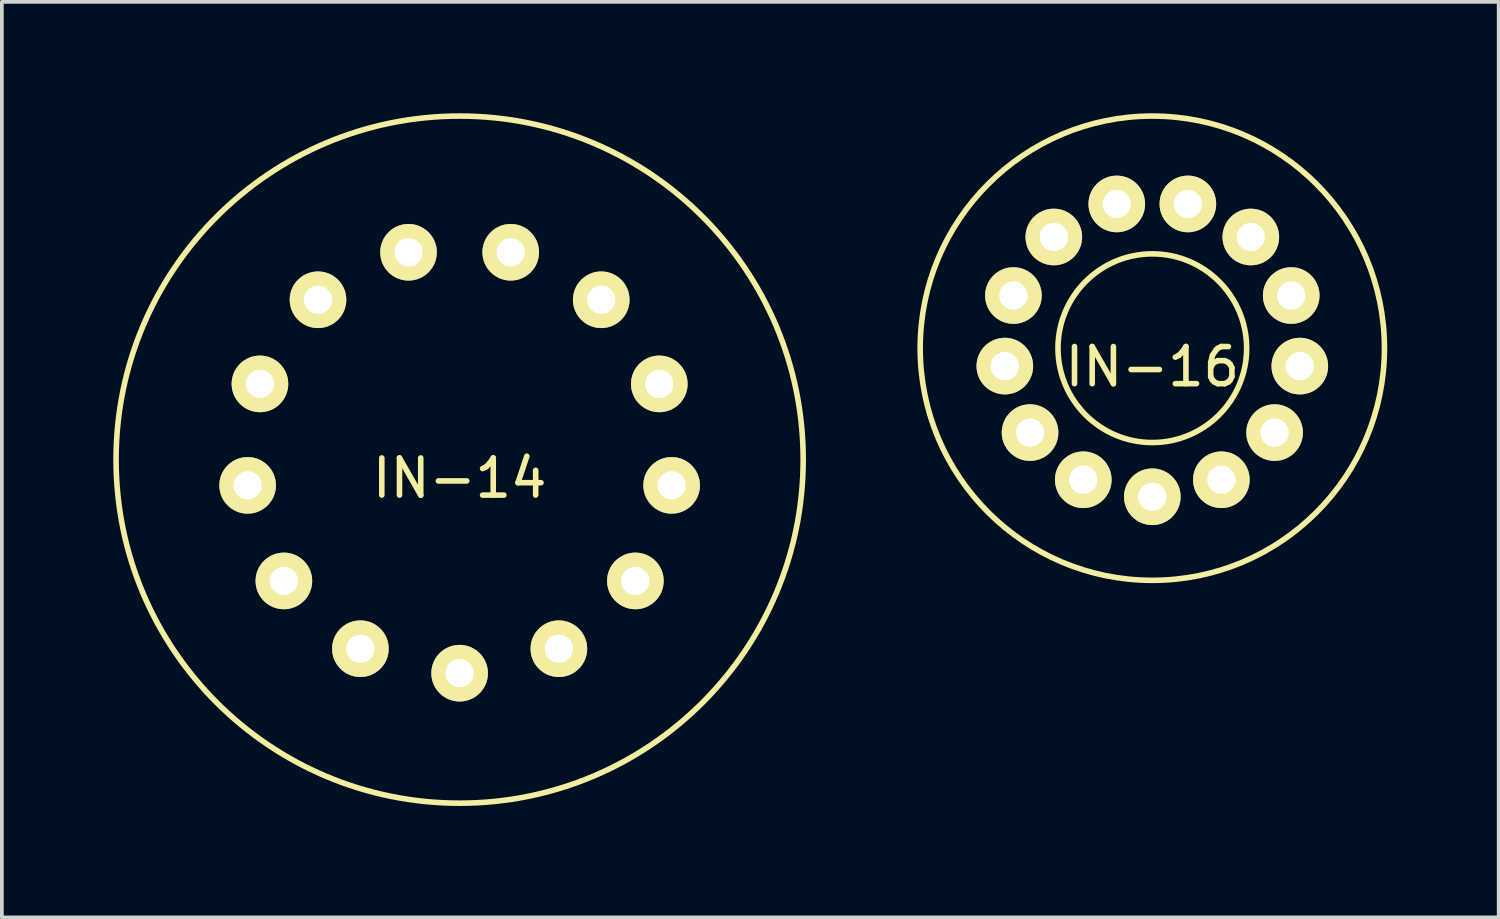
<source format=kicad_pcb>
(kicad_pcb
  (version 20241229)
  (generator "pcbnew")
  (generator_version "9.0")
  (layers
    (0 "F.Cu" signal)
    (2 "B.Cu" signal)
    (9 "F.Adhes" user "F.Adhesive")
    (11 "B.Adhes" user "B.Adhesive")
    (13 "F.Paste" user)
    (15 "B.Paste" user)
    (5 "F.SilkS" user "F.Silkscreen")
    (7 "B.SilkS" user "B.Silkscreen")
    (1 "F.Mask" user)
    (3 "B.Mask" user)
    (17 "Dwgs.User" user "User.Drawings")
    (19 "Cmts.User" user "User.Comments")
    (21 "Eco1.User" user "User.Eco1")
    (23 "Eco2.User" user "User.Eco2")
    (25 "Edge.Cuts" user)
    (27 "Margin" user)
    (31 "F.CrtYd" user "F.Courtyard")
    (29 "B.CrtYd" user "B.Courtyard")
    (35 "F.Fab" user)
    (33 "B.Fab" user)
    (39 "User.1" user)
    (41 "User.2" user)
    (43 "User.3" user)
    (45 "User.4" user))
  (footprint "IN-16"
    (layer "F.Cu")
    (at 27.975 6.325)
    (property "Reference" "IN-16" (at 0 0.5 0) (layer "F.SilkS") (effects (font (size 1 1) (thickness 0.15))))
    (attr through_hole)
    (fp_circle (center 0 0) (end 2.54 0) (stroke (width 0.15) (type solid)) (fill no) (layer "F.SilkS"))
    (fp_circle (center 0 0) (end 6.25 0) (stroke (width 0.15) (type solid)) (fill no) (layer "F.SilkS"))
    (pad "1" thru_hole circle (at 0 4) (size 1.524 1.524) (drill 0.762) (layers "*.Cu" "*.Mask" "F.SilkS"))
    (pad "2" thru_hole circle (at -1.859 3.542) (size 1.524 1.524) (drill 0.762) (layers "*.Cu" "*.Mask" "F.SilkS"))
    (pad "3" thru_hole circle (at -3.292 2.272) (size 1.524 1.524) (drill 0.762) (layers "*.Cu" "*.Mask" "F.SilkS"))
    (pad "4" thru_hole circle (at -3.971 0.482) (size 1.524 1.524) (drill 0.762) (layers "*.Cu" "*.Mask" "F.SilkS"))
    (pad "5" thru_hole circle (at -3.74 -1.418) (size 1.524 1.524) (drill 0.762) (layers "*.Cu" "*.Mask" "F.SilkS"))
    (pad "6" thru_hole circle (at -2.652 -2.994) (size 1.524 1.524) (drill 0.762) (layers "*.Cu" "*.Mask" "F.SilkS"))
    (pad "7" thru_hole circle (at -0.957 -3.884) (size 1.524 1.524) (drill 0.762) (layers "*.Cu" "*.Mask" "F.SilkS"))
    (pad "8" thru_hole circle (at 0.957 -3.884) (size 1.524 1.524) (drill 0.762) (layers "*.Cu" "*.Mask" "F.SilkS"))
    (pad "9" thru_hole circle (at 2.652 -2.994) (size 1.524 1.524) (drill 0.762) (layers "*.Cu" "*.Mask" "F.SilkS"))
    (pad "10" thru_hole circle (at 3.74 -1.418) (size 1.524 1.524) (drill 0.762) (layers "*.Cu" "*.Mask" "F.SilkS"))
    (pad "11" thru_hole circle (at 3.971 0.482) (size 1.524 1.524) (drill 0.762) (layers "*.Cu" "*.Mask" "F.SilkS"))
    (pad "12" thru_hole circle (at 3.292 2.272) (size 1.524 1.524) (drill 0.762) (layers "*.Cu" "*.Mask" "F.SilkS"))
    (pad "13" thru_hole circle (at 1.859 3.542) (size 1.524 1.524) (drill 0.762) (layers "*.Cu" "*.Mask" "F.SilkS")))
  (footprint "IN-14"
    (layer "F.Cu")
    (at 9.325 9.325)
    (property "Reference" "IN-14" (at 0 0.5 0) (layer "F.SilkS") (effects (font (size 1 1) (thickness 0.15))))
    (attr through_hole)
    (fp_circle (center 0 0) (end 9.25 0) (stroke (width 0.15) (type solid)) (fill no) (layer "F.SilkS"))
    (pad "1" thru_hole circle (at 0 5.75) (size 1.524 1.524) (drill 0.762) (layers "*.Cu" "*.Mask" "F.SilkS"))
    (pad "2" thru_hole circle (at -2.672 5.091) (size 1.524 1.524) (drill 0.762) (layers "*.Cu" "*.Mask" "F.SilkS"))
    (pad "3" thru_hole circle (at -4.732 3.266) (size 1.524 1.524) (drill 0.762) (layers "*.Cu" "*.Mask" "F.SilkS"))
    (pad "4" thru_hole circle (at -5.708 0.693) (size 1.524 1.524) (drill 0.762) (layers "*.Cu" "*.Mask" "F.SilkS"))
    (pad "5" thru_hole circle (at -5.376 -2.039) (size 1.524 1.524) (drill 0.762) (layers "*.Cu" "*.Mask" "F.SilkS"))
    (pad "6" thru_hole circle (at -3.813 -4.304) (size 1.524 1.524) (drill 0.762) (layers "*.Cu" "*.Mask" "F.SilkS"))
    (pad "7" thru_hole circle (at -1.376 -5.583) (size 1.524 1.524) (drill 0.762) (layers "*.Cu" "*.Mask" "F.SilkS"))
    (pad "8" thru_hole circle (at 1.376 -5.583) (size 1.524 1.524) (drill 0.762) (layers "*.Cu" "*.Mask" "F.SilkS"))
    (pad "9" thru_hole circle (at 3.813 -4.304) (size 1.524 1.524) (drill 0.762) (layers "*.Cu" "*.Mask" "F.SilkS"))
    (pad "10" thru_hole circle (at 5.376 -2.039) (size 1.524 1.524) (drill 0.762) (layers "*.Cu" "*.Mask" "F.SilkS"))
    (pad "11" thru_hole circle (at 5.708 0.693) (size 1.524 1.524) (drill 0.762) (layers "*.Cu" "*.Mask" "F.SilkS"))
    (pad "12" thru_hole circle (at 4.732 3.266) (size 1.524 1.524) (drill 0.762) (layers "*.Cu" "*.Mask" "F.SilkS"))
    (pad "13" thru_hole circle (at 2.672 5.091) (size 1.524 1.524) (drill 0.762) (layers "*.Cu" "*.Mask" "F.SilkS")))
  (gr_rect
    (start -3 -3)
    (end 37.3 21.65)
    (stroke (width 0.1) (type default))
    (fill no)
    (layer "Edge.Cuts")))
</source>
